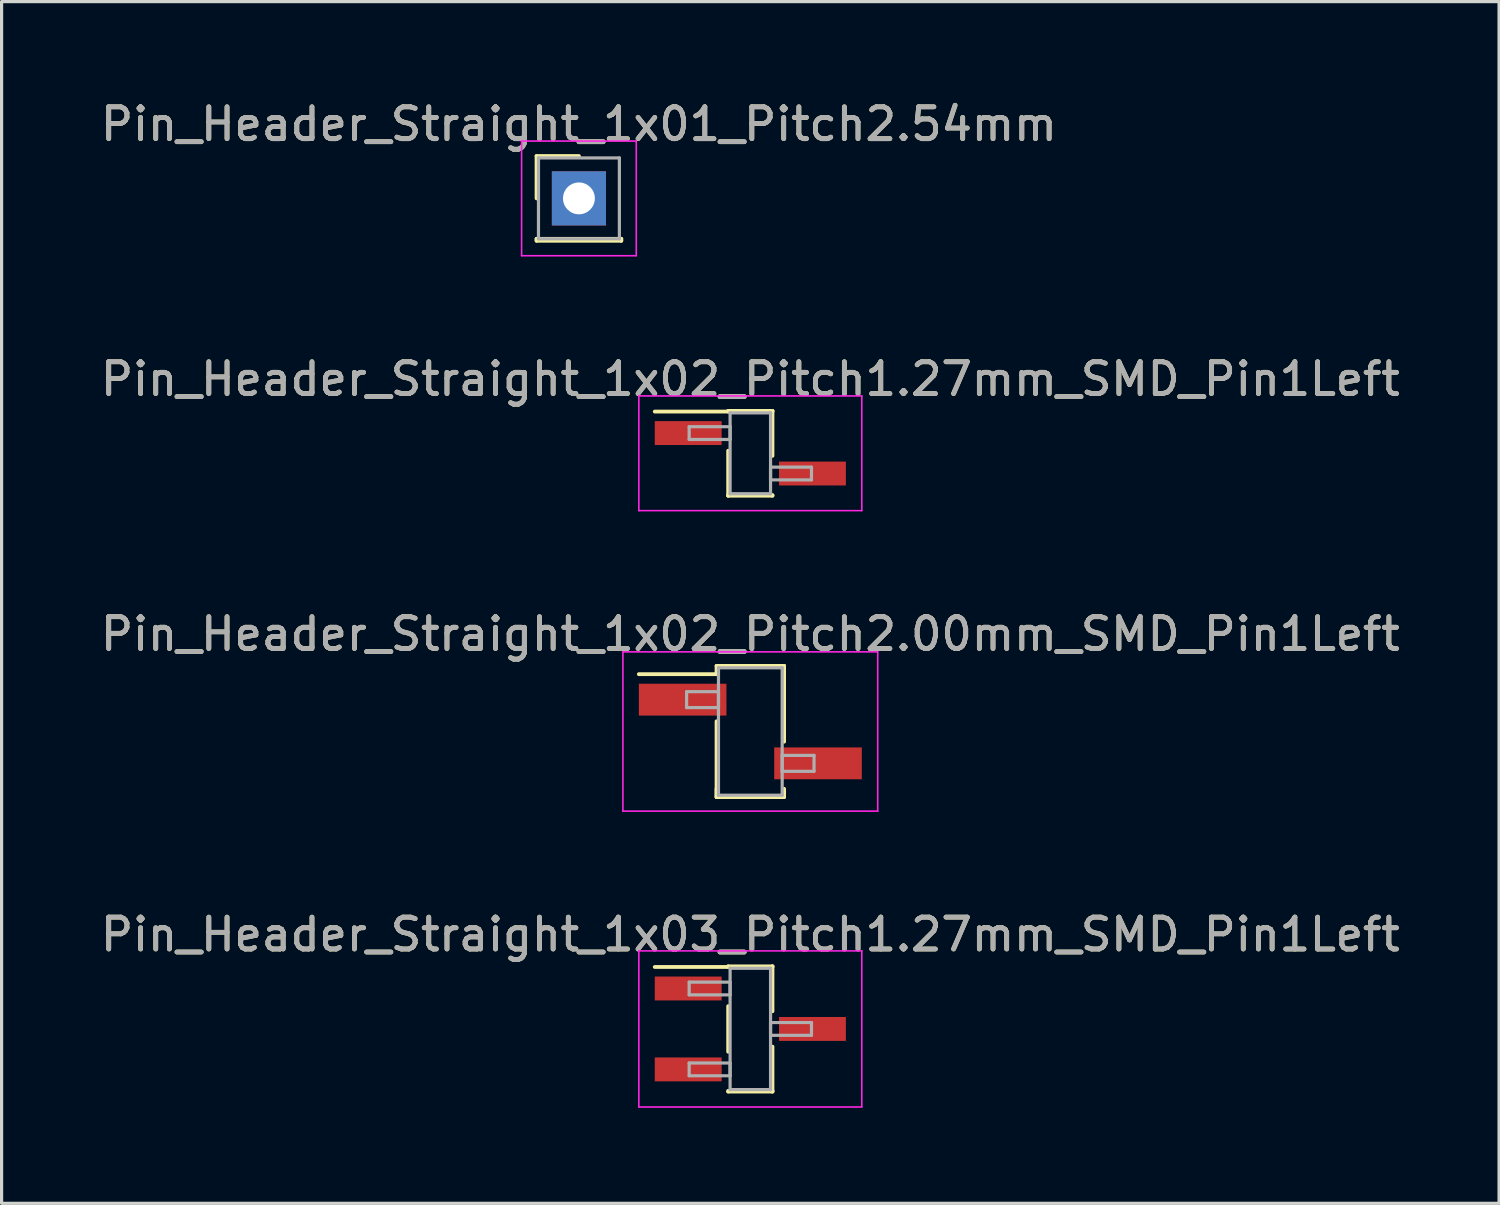
<source format=kicad_pcb>
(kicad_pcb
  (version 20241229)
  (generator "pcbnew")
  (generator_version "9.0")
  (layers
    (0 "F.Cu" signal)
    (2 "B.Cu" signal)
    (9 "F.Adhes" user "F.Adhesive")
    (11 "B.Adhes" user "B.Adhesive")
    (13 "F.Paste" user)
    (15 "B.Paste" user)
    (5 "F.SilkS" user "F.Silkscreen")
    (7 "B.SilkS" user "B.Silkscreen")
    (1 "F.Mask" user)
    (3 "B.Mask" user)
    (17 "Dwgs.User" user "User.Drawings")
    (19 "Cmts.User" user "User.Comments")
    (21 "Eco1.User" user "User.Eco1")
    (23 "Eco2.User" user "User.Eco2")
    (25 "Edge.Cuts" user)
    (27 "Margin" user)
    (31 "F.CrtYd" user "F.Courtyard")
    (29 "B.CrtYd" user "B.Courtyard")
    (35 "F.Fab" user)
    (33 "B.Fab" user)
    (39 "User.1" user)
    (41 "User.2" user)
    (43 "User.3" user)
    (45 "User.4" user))
  (footprint "Pin_Header_Straight_1x01_Pitch2.54mm"
    (layer "F.Cu")
    (at 15.125 3.178)
    (property "Reference" "Pin_Header_Straight_1x01_Pitch2.54mm" (at 0 -2.33 0) (layer "F.SilkS") (effects (font (size 1 1) (thickness 0.15))))
    (attr through_hole)
    (fp_line (start -1.33 -1.33) (end 0 -1.33) (stroke (width 0.12) (type solid)) (layer "F.SilkS"))
    (fp_line (start -1.33 0) (end -1.33 -1.33) (stroke (width 0.12) (type solid)) (layer "F.SilkS"))
    (fp_line (start -1.33 1.27) (end -1.33 1.33) (stroke (width 0.12) (type solid)) (layer "F.SilkS"))
    (fp_line (start -1.33 1.33) (end 1.33 1.33) (stroke (width 0.12) (type solid)) (layer "F.SilkS"))
    (fp_line (start 1.33 1.27) (end -1.33 1.27) (stroke (width 0.12) (type solid)) (layer "F.SilkS"))
    (fp_line (start 1.33 1.33) (end 1.33 1.27) (stroke (width 0.12) (type solid)) (layer "F.SilkS"))
    (fp_line (start -1.8 -1.8) (end -1.8 1.8) (stroke (width 0.05) (type solid)) (layer "F.CrtYd"))
    (fp_line (start -1.8 1.8) (end 1.8 1.8) (stroke (width 0.05) (type solid)) (layer "F.CrtYd"))
    (fp_line (start 1.8 -1.8) (end -1.8 -1.8) (stroke (width 0.05) (type solid)) (layer "F.CrtYd"))
    (fp_line (start 1.8 1.8) (end 1.8 -1.8) (stroke (width 0.05) (type solid)) (layer "F.CrtYd"))
    (fp_line (start -1.27 -1.27) (end -1.27 1.27) (stroke (width 0.1) (type solid)) (layer "F.Fab"))
    (fp_line (start -1.27 1.27) (end 1.27 1.27) (stroke (width 0.1) (type solid)) (layer "F.Fab"))
    (fp_line (start 1.27 -1.27) (end -1.27 -1.27) (stroke (width 0.1) (type solid)) (layer "F.Fab"))
    (fp_line (start 1.27 1.27) (end 1.27 -1.27) (stroke (width 0.1) (type solid)) (layer "F.Fab"))
    (fp_text user "${REFERENCE}" (at 0 -2.33 0) (layer "F.Fab") (effects (font (size 1 1) (thickness 0.15))))
    (pad "1" thru_hole rect (at 0 0) (size 1.7 1.7) (drill 1) (layers "*.Cu" "*.Mask")))
  (footprint "Pin_Header_Straight_1x03_Pitch1.27mm_SMD_Pin1Left"
    (layer "F.Cu")
    (at 20.506 29.253)
    (property "Reference" "Pin_Header_Straight_1x03_Pitch1.27mm_SMD_Pin1Left" (at 0 -2.965 0) (layer "F.SilkS") (effects (font (size 1 1) (thickness 0.15))))
    (attr smd)
    (fp_line (start -0.695 -1.965) (end 0.695 -1.965) (stroke (width 0.12) (type solid)) (layer "F.SilkS"))
    (fp_line (start -0.695 -1.945) (end -3 -1.945) (stroke (width 0.12) (type solid)) (layer "F.SilkS"))
    (fp_line (start -0.695 -1.945) (end -0.695 -1.965) (stroke (width 0.12) (type solid)) (layer "F.SilkS"))
    (fp_line (start -0.695 -0.715) (end -0.695 0.715) (stroke (width 0.12) (type solid)) (layer "F.SilkS"))
    (fp_line (start -0.695 1.945) (end -0.695 1.965) (stroke (width 0.12) (type solid)) (layer "F.SilkS"))
    (fp_line (start -0.695 1.965) (end 0.695 1.965) (stroke (width 0.12) (type solid)) (layer "F.SilkS"))
    (fp_line (start 0.695 -1.965) (end 0.695 -1.945) (stroke (width 0.12) (type solid)) (layer "F.SilkS"))
    (fp_line (start 0.695 -1.965) (end 0.695 -0.555) (stroke (width 0.12) (type solid)) (layer "F.SilkS"))
    (fp_line (start 0.695 0.555) (end 0.695 1.965) (stroke (width 0.12) (type solid)) (layer "F.SilkS"))
    (fp_line (start 0.695 1.965) (end 0.695 1.945) (stroke (width 0.12) (type solid)) (layer "F.SilkS"))
    (fp_line (start -3.5 -2.45) (end -3.5 2.45) (stroke (width 0.05) (type solid)) (layer "F.CrtYd"))
    (fp_line (start -3.5 2.45) (end 3.5 2.45) (stroke (width 0.05) (type solid)) (layer "F.CrtYd"))
    (fp_line (start 3.5 -2.45) (end -3.5 -2.45) (stroke (width 0.05) (type solid)) (layer "F.CrtYd"))
    (fp_line (start 3.5 2.45) (end 3.5 -2.45) (stroke (width 0.05) (type solid)) (layer "F.CrtYd"))
    (fp_line (start -1.92 -1.47) (end -0.635 -1.47) (stroke (width 0.1) (type solid)) (layer "F.Fab"))
    (fp_line (start -1.92 -1.07) (end -1.92 -1.47) (stroke (width 0.1) (type solid)) (layer "F.Fab"))
    (fp_line (start -1.92 1.07) (end -0.635 1.07) (stroke (width 0.1) (type solid)) (layer "F.Fab"))
    (fp_line (start -1.92 1.47) (end -1.92 1.07) (stroke (width 0.1) (type solid)) (layer "F.Fab"))
    (fp_line (start -0.635 -1.905) (end -0.635 1.905) (stroke (width 0.1) (type solid)) (layer "F.Fab"))
    (fp_line (start -0.635 -1.47) (end -0.635 -1.07) (stroke (width 0.1) (type solid)) (layer "F.Fab"))
    (fp_line (start -0.635 -1.07) (end -1.92 -1.07) (stroke (width 0.1) (type solid)) (layer "F.Fab"))
    (fp_line (start -0.635 1.07) (end -0.635 1.47) (stroke (width 0.1) (type solid)) (layer "F.Fab"))
    (fp_line (start -0.635 1.47) (end -1.92 1.47) (stroke (width 0.1) (type solid)) (layer "F.Fab"))
    (fp_line (start -0.635 1.905) (end 0.635 1.905) (stroke (width 0.1) (type solid)) (layer "F.Fab"))
    (fp_line (start 0.635 -1.905) (end -0.635 -1.905) (stroke (width 0.1) (type solid)) (layer "F.Fab"))
    (fp_line (start 0.635 -0.2) (end 0.635 0.2) (stroke (width 0.1) (type solid)) (layer "F.Fab"))
    (fp_line (start 0.635 0.2) (end 1.92 0.2) (stroke (width 0.1) (type solid)) (layer "F.Fab"))
    (fp_line (start 0.635 1.905) (end 0.635 -1.905) (stroke (width 0.1) (type solid)) (layer "F.Fab"))
    (fp_line (start 1.92 -0.2) (end 0.635 -0.2) (stroke (width 0.1) (type solid)) (layer "F.Fab"))
    (fp_line (start 1.92 0.2) (end 1.92 -0.2) (stroke (width 0.1) (type solid)) (layer "F.Fab"))
    (fp_text user "${REFERENCE}" (at 0 -2.965 0) (layer "F.Fab") (effects (font (size 1 1) (thickness 0.15))))
    (pad "1" smd rect (at -1.95 -1.27) (size 2.1 0.75) (layers "F.Cu" "F.Mask" "F.Paste"))
    (pad "2" smd rect (at 1.95 0) (size 2.1 0.75) (layers "F.Cu" "F.Mask" "F.Paste"))
    (pad "3" smd rect (at -1.95 1.27) (size 2.1 0.75) (layers "F.Cu" "F.Mask" "F.Paste")))
  (footprint "Pin_Header_Straight_1x02_Pitch2.00mm_SMD_Pin1Left"
    (layer "F.Cu")
    (at 20.506 19.915)
    (property "Reference" "Pin_Header_Straight_1x02_Pitch2.00mm_SMD_Pin1Left" (at 0 -3.06 0) (layer "F.SilkS") (effects (font (size 1 1) (thickness 0.15))))
    (attr smd)
    (fp_line (start -1.06 -2.06) (end 1.06 -2.06) (stroke (width 0.12) (type solid)) (layer "F.SilkS"))
    (fp_line (start -1.06 -1.8) (end -3.5 -1.8) (stroke (width 0.12) (type solid)) (layer "F.SilkS"))
    (fp_line (start -1.06 -1.8) (end -1.06 -2.06) (stroke (width 0.12) (type solid)) (layer "F.SilkS"))
    (fp_line (start -1.06 -0.32) (end -1.06 2.06) (stroke (width 0.12) (type solid)) (layer "F.SilkS"))
    (fp_line (start -1.06 1.8) (end -1.06 2.06) (stroke (width 0.12) (type solid)) (layer "F.SilkS"))
    (fp_line (start -1.06 2.06) (end 1.06 2.06) (stroke (width 0.12) (type solid)) (layer "F.SilkS"))
    (fp_line (start 1.06 -2.06) (end 1.06 -1.8) (stroke (width 0.12) (type solid)) (layer "F.SilkS"))
    (fp_line (start 1.06 -2.06) (end 1.06 0.32) (stroke (width 0.12) (type solid)) (layer "F.SilkS"))
    (fp_line (start 1.06 2.06) (end 1.06 1.8) (stroke (width 0.12) (type solid)) (layer "F.SilkS"))
    (fp_line (start -4 -2.5) (end -4 2.5) (stroke (width 0.05) (type solid)) (layer "F.CrtYd"))
    (fp_line (start -4 2.5) (end 4 2.5) (stroke (width 0.05) (type solid)) (layer "F.CrtYd"))
    (fp_line (start 4 -2.5) (end -4 -2.5) (stroke (width 0.05) (type solid)) (layer "F.CrtYd"))
    (fp_line (start 4 2.5) (end 4 -2.5) (stroke (width 0.05) (type solid)) (layer "F.CrtYd"))
    (fp_line (start -2 -1.25) (end -1 -1.25) (stroke (width 0.1) (type solid)) (layer "F.Fab"))
    (fp_line (start -2 -0.75) (end -2 -1.25) (stroke (width 0.1) (type solid)) (layer "F.Fab"))
    (fp_line (start -1 -2) (end -1 2) (stroke (width 0.1) (type solid)) (layer "F.Fab"))
    (fp_line (start -1 -1.25) (end -1 -0.75) (stroke (width 0.1) (type solid)) (layer "F.Fab"))
    (fp_line (start -1 -0.75) (end -2 -0.75) (stroke (width 0.1) (type solid)) (layer "F.Fab"))
    (fp_line (start -1 2) (end 1 2) (stroke (width 0.1) (type solid)) (layer "F.Fab"))
    (fp_line (start 1 -2) (end -1 -2) (stroke (width 0.1) (type solid)) (layer "F.Fab"))
    (fp_line (start 1 0.75) (end 1 1.25) (stroke (width 0.1) (type solid)) (layer "F.Fab"))
    (fp_line (start 1 1.25) (end 2 1.25) (stroke (width 0.1) (type solid)) (layer "F.Fab"))
    (fp_line (start 1 2) (end 1 -2) (stroke (width 0.1) (type solid)) (layer "F.Fab"))
    (fp_line (start 2 0.75) (end 1 0.75) (stroke (width 0.1) (type solid)) (layer "F.Fab"))
    (fp_line (start 2 1.25) (end 2 0.75) (stroke (width 0.1) (type solid)) (layer "F.Fab"))
    (fp_text user "${REFERENCE}" (at 0 -3.06 0) (layer "F.Fab") (effects (font (size 1 1) (thickness 0.15))))
    (pad "1" smd rect (at -2.125 -1) (size 2.75 1) (layers "F.Cu" "F.Mask" "F.Paste"))
    (pad "2" smd rect (at 2.125 1) (size 2.75 1) (layers "F.Cu" "F.Mask" "F.Paste")))
  (footprint "Pin_Header_Straight_1x02_Pitch1.27mm_SMD_Pin1Left"
    (layer "F.Cu")
    (at 20.506 11.181)
    (property "Reference" "Pin_Header_Straight_1x02_Pitch1.27mm_SMD_Pin1Left" (at 0 -2.33 0) (layer "F.SilkS") (effects (font (size 1 1) (thickness 0.15))))
    (attr smd)
    (fp_line (start -0.695 -1.33) (end 0.695 -1.33) (stroke (width 0.12) (type solid)) (layer "F.SilkS"))
    (fp_line (start -0.695 -1.31) (end -3 -1.31) (stroke (width 0.12) (type solid)) (layer "F.SilkS"))
    (fp_line (start -0.695 -1.31) (end -0.695 -1.33) (stroke (width 0.12) (type solid)) (layer "F.SilkS"))
    (fp_line (start -0.695 -0.08) (end -0.695 1.33) (stroke (width 0.12) (type solid)) (layer "F.SilkS"))
    (fp_line (start -0.695 1.31) (end -0.695 1.33) (stroke (width 0.12) (type solid)) (layer "F.SilkS"))
    (fp_line (start -0.695 1.33) (end 0.695 1.33) (stroke (width 0.12) (type solid)) (layer "F.SilkS"))
    (fp_line (start 0.695 -1.33) (end 0.695 -1.31) (stroke (width 0.12) (type solid)) (layer "F.SilkS"))
    (fp_line (start 0.695 -1.33) (end 0.695 0.08) (stroke (width 0.12) (type solid)) (layer "F.SilkS"))
    (fp_line (start 0.695 1.33) (end 0.695 1.31) (stroke (width 0.12) (type solid)) (layer "F.SilkS"))
    (fp_line (start -3.5 -1.8) (end -3.5 1.8) (stroke (width 0.05) (type solid)) (layer "F.CrtYd"))
    (fp_line (start -3.5 1.8) (end 3.5 1.8) (stroke (width 0.05) (type solid)) (layer "F.CrtYd"))
    (fp_line (start 3.5 -1.8) (end -3.5 -1.8) (stroke (width 0.05) (type solid)) (layer "F.CrtYd"))
    (fp_line (start 3.5 1.8) (end 3.5 -1.8) (stroke (width 0.05) (type solid)) (layer "F.CrtYd"))
    (fp_line (start -1.92 -0.835) (end -0.635 -0.835) (stroke (width 0.1) (type solid)) (layer "F.Fab"))
    (fp_line (start -1.92 -0.435) (end -1.92 -0.835) (stroke (width 0.1) (type solid)) (layer "F.Fab"))
    (fp_line (start -0.635 -1.27) (end -0.635 1.27) (stroke (width 0.1) (type solid)) (layer "F.Fab"))
    (fp_line (start -0.635 -0.835) (end -0.635 -0.435) (stroke (width 0.1) (type solid)) (layer "F.Fab"))
    (fp_line (start -0.635 -0.435) (end -1.92 -0.435) (stroke (width 0.1) (type solid)) (layer "F.Fab"))
    (fp_line (start -0.635 1.27) (end 0.635 1.27) (stroke (width 0.1) (type solid)) (layer "F.Fab"))
    (fp_line (start 0.635 -1.27) (end -0.635 -1.27) (stroke (width 0.1) (type solid)) (layer "F.Fab"))
    (fp_line (start 0.635 0.435) (end 0.635 0.835) (stroke (width 0.1) (type solid)) (layer "F.Fab"))
    (fp_line (start 0.635 0.835) (end 1.92 0.835) (stroke (width 0.1) (type solid)) (layer "F.Fab"))
    (fp_line (start 0.635 1.27) (end 0.635 -1.27) (stroke (width 0.1) (type solid)) (layer "F.Fab"))
    (fp_line (start 1.92 0.435) (end 0.635 0.435) (stroke (width 0.1) (type solid)) (layer "F.Fab"))
    (fp_line (start 1.92 0.835) (end 1.92 0.435) (stroke (width 0.1) (type solid)) (layer "F.Fab"))
    (fp_text user "${REFERENCE}" (at 0 -2.33 0) (layer "F.Fab") (effects (font (size 1 1) (thickness 0.15))))
    (pad "1" smd rect (at -1.95 -0.635) (size 2.1 0.75) (layers "F.Cu" "F.Mask" "F.Paste"))
    (pad "2" smd rect (at 1.95 0.635) (size 2.1 0.75) (layers "F.Cu" "F.Mask" "F.Paste")))
  (gr_rect
    (start -3 -3)
    (end 44.012 34.728)
    (stroke (width 0.1) (type default))
    (fill no)
    (layer "Edge.Cuts")))
</source>
